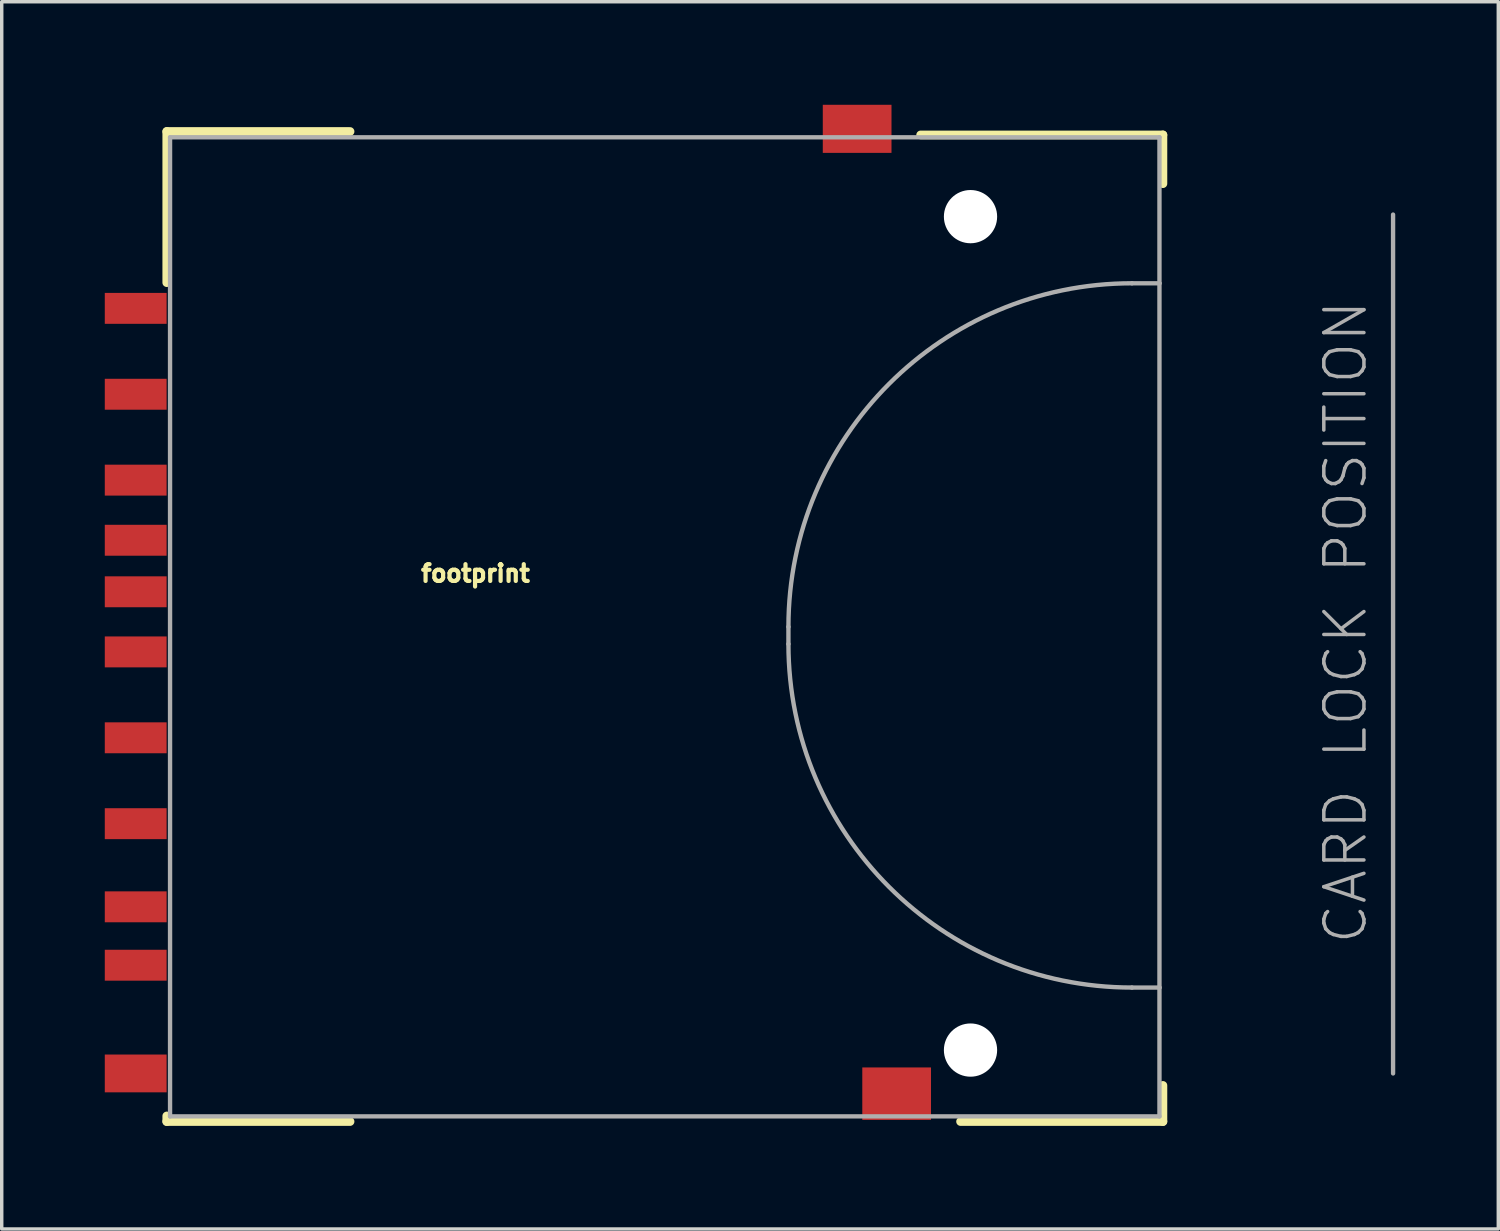
<source format=kicad_pcb>
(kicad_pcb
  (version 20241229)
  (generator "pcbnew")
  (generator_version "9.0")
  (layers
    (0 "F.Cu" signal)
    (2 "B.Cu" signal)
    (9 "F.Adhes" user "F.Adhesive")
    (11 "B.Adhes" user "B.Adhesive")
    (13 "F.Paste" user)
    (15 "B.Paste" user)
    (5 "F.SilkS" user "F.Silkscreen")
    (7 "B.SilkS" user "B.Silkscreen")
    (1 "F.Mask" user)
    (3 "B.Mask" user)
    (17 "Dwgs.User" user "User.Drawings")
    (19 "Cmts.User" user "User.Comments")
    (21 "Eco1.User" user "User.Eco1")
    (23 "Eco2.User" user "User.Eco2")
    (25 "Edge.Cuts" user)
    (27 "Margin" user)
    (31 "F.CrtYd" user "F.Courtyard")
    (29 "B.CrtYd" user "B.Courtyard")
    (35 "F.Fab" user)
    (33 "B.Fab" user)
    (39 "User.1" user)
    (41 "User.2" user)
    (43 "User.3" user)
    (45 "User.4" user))
  (footprint "footprint"
    (layer "F.Cu")
    (at 1.9 15.196)
    (property "Reference" "footprint" (at 8.89 -1.27 0) (layer "F.SilkS") (effects (font (size 0.488 0.488) (thickness 0.122)) (justify bottom)))
    (fp_line (start -0.095 -14.418) (end 5.239 -14.418) (stroke (width 0.254) (type solid)) (layer "F.SilkS"))
    (fp_line (start -0.095 -10.019) (end -0.095 -14.418) (stroke (width 0.254) (type solid)) (layer "F.SilkS"))
    (fp_line (start -0.095 14.238) (end -0.095 14.4) (stroke (width 0.254) (type solid)) (layer "F.SilkS"))
    (fp_line (start -0.095 14.4) (end 5.239 14.4) (stroke (width 0.254) (type solid)) (layer "F.SilkS"))
    (fp_line (start 21.849 -14.318) (end 28.9 -14.318) (stroke (width 0.254) (type solid)) (layer "F.SilkS"))
    (fp_line (start 23.011 14.4) (end 28.9 14.4) (stroke (width 0.254) (type solid)) (layer "F.SilkS"))
    (fp_line (start 28.9 -14.318) (end 28.9 -12.9) (stroke (width 0.254) (type solid)) (layer "F.SilkS"))
    (fp_line (start 28.9 14.4) (end 28.9 13.349) (stroke (width 0.254) (type solid)) (layer "F.SilkS"))
    (fp_line (start 0 -14.25) (end 28.8 -14.25) (stroke (width 0.127) (type solid)) (layer "F.Fab"))
    (fp_line (start 0 14.25) (end 0 -14.25) (stroke (width 0.127) (type solid)) (layer "F.Fab"))
    (fp_line (start 18 0) (end 18 0.5) (stroke (width 0.127) (type solid)) (layer "F.Fab"))
    (fp_line (start 28 10.5) (end 28.8 10.5) (stroke (width 0.127) (type solid)) (layer "F.Fab"))
    (fp_line (start 28.8 -14.25) (end 28.8 -10) (stroke (width 0.127) (type solid)) (layer "F.Fab"))
    (fp_line (start 28.8 -10) (end 28 -10) (stroke (width 0.127) (type solid)) (layer "F.Fab"))
    (fp_line (start 28.8 -10) (end 28.8 10.5) (stroke (width 0.127) (type solid)) (layer "F.Fab"))
    (fp_line (start 28.8 10.5) (end 28.8 14.25) (stroke (width 0.127) (type solid)) (layer "F.Fab"))
    (fp_line (start 28.8 14.25) (end 0 14.25) (stroke (width 0.127) (type solid)) (layer "F.Fab"))
    (fp_line (start 35.6 -12) (end 35.6 13) (stroke (width 0.127) (type solid)) (layer "F.Fab"))
    (fp_arc (start 18 0) (mid 20.928932 -7.071068) (end 28 -10) (stroke (width 0.127) (type solid)) (layer "F.Fab"))
    (fp_arc (start 28 10.5) (mid 20.928931 7.571068) (end 17.999999 0.499999) (stroke (width 0.127) (type solid)) (layer "F.Fab"))
    (fp_text user "CARD LOCK POSITION" (at 34.9 9.3 90) (layer "F.Fab") (effects (font (size 1.168 1.168) (thickness 0.102)) (justify left bottom)))
    (pad "" np_thru_hole circle (at 23.3 -11.94) (size 1.55 1.55) (drill 1.55) (layers "*.Cu" "*.Mask"))
    (pad "" np_thru_hole circle (at 23.3 12.32) (size 1.55 1.55) (drill 1.55) (layers "*.Cu" "*.Mask"))
    (pad "1" smd rect (at -1 -6.77) (size 1.8 0.9) (layers "F.Cu" "F.Mask" "F.Paste"))
    (pad "2" smd rect (at -1 -4.27) (size 1.8 0.9) (layers "F.Cu" "F.Mask" "F.Paste"))
    (pad "3" smd rect (at -1 -2.52) (size 1.8 0.9) (layers "F.Cu" "F.Mask" "F.Paste"))
    (pad "4" smd rect (at -1 0.73) (size 1.8 0.9) (layers "F.Cu" "F.Mask" "F.Paste"))
    (pad "5" smd rect (at -1 3.23) (size 1.8 0.9) (layers "F.Cu" "F.Mask" "F.Paste"))
    (pad "6" smd rect (at -1 5.73) (size 1.8 0.9) (layers "F.Cu" "F.Mask" "F.Paste"))
    (pad "7" smd rect (at -1 8.15) (size 1.8 0.9) (layers "F.Cu" "F.Mask" "F.Paste"))
    (pad "8" smd rect (at -1 9.85) (size 1.8 0.9) (layers "F.Cu" "F.Mask" "F.Paste"))
    (pad "9" smd rect (at -1 -9.27) (size 1.8 0.9) (layers "F.Cu" "F.Mask" "F.Paste"))
    (pad "CD" smd rect (at -1 -1.02) (size 1.8 0.9) (layers "F.Cu" "F.Mask" "F.Paste"))
    (pad "SH@1" smd rect (at 20 -14.496) (size 2 1.4) (layers "F.Cu" "F.Mask" "F.Paste"))
    (pad "SH@2" smd rect (at 21.15 13.589) (size 2 1.527) (layers "F.Cu" "F.Mask" "F.Paste"))
    (pad "WP" smd rect (at -1 13) (size 1.8 1.1) (layers "F.Cu" "F.Mask" "F.Paste")))
  (gr_rect
    (start -3 -3)
    (end 40.563 32.723)
    (stroke (width 0.1) (type default))
    (fill no)
    (layer "Edge.Cuts")))
</source>
